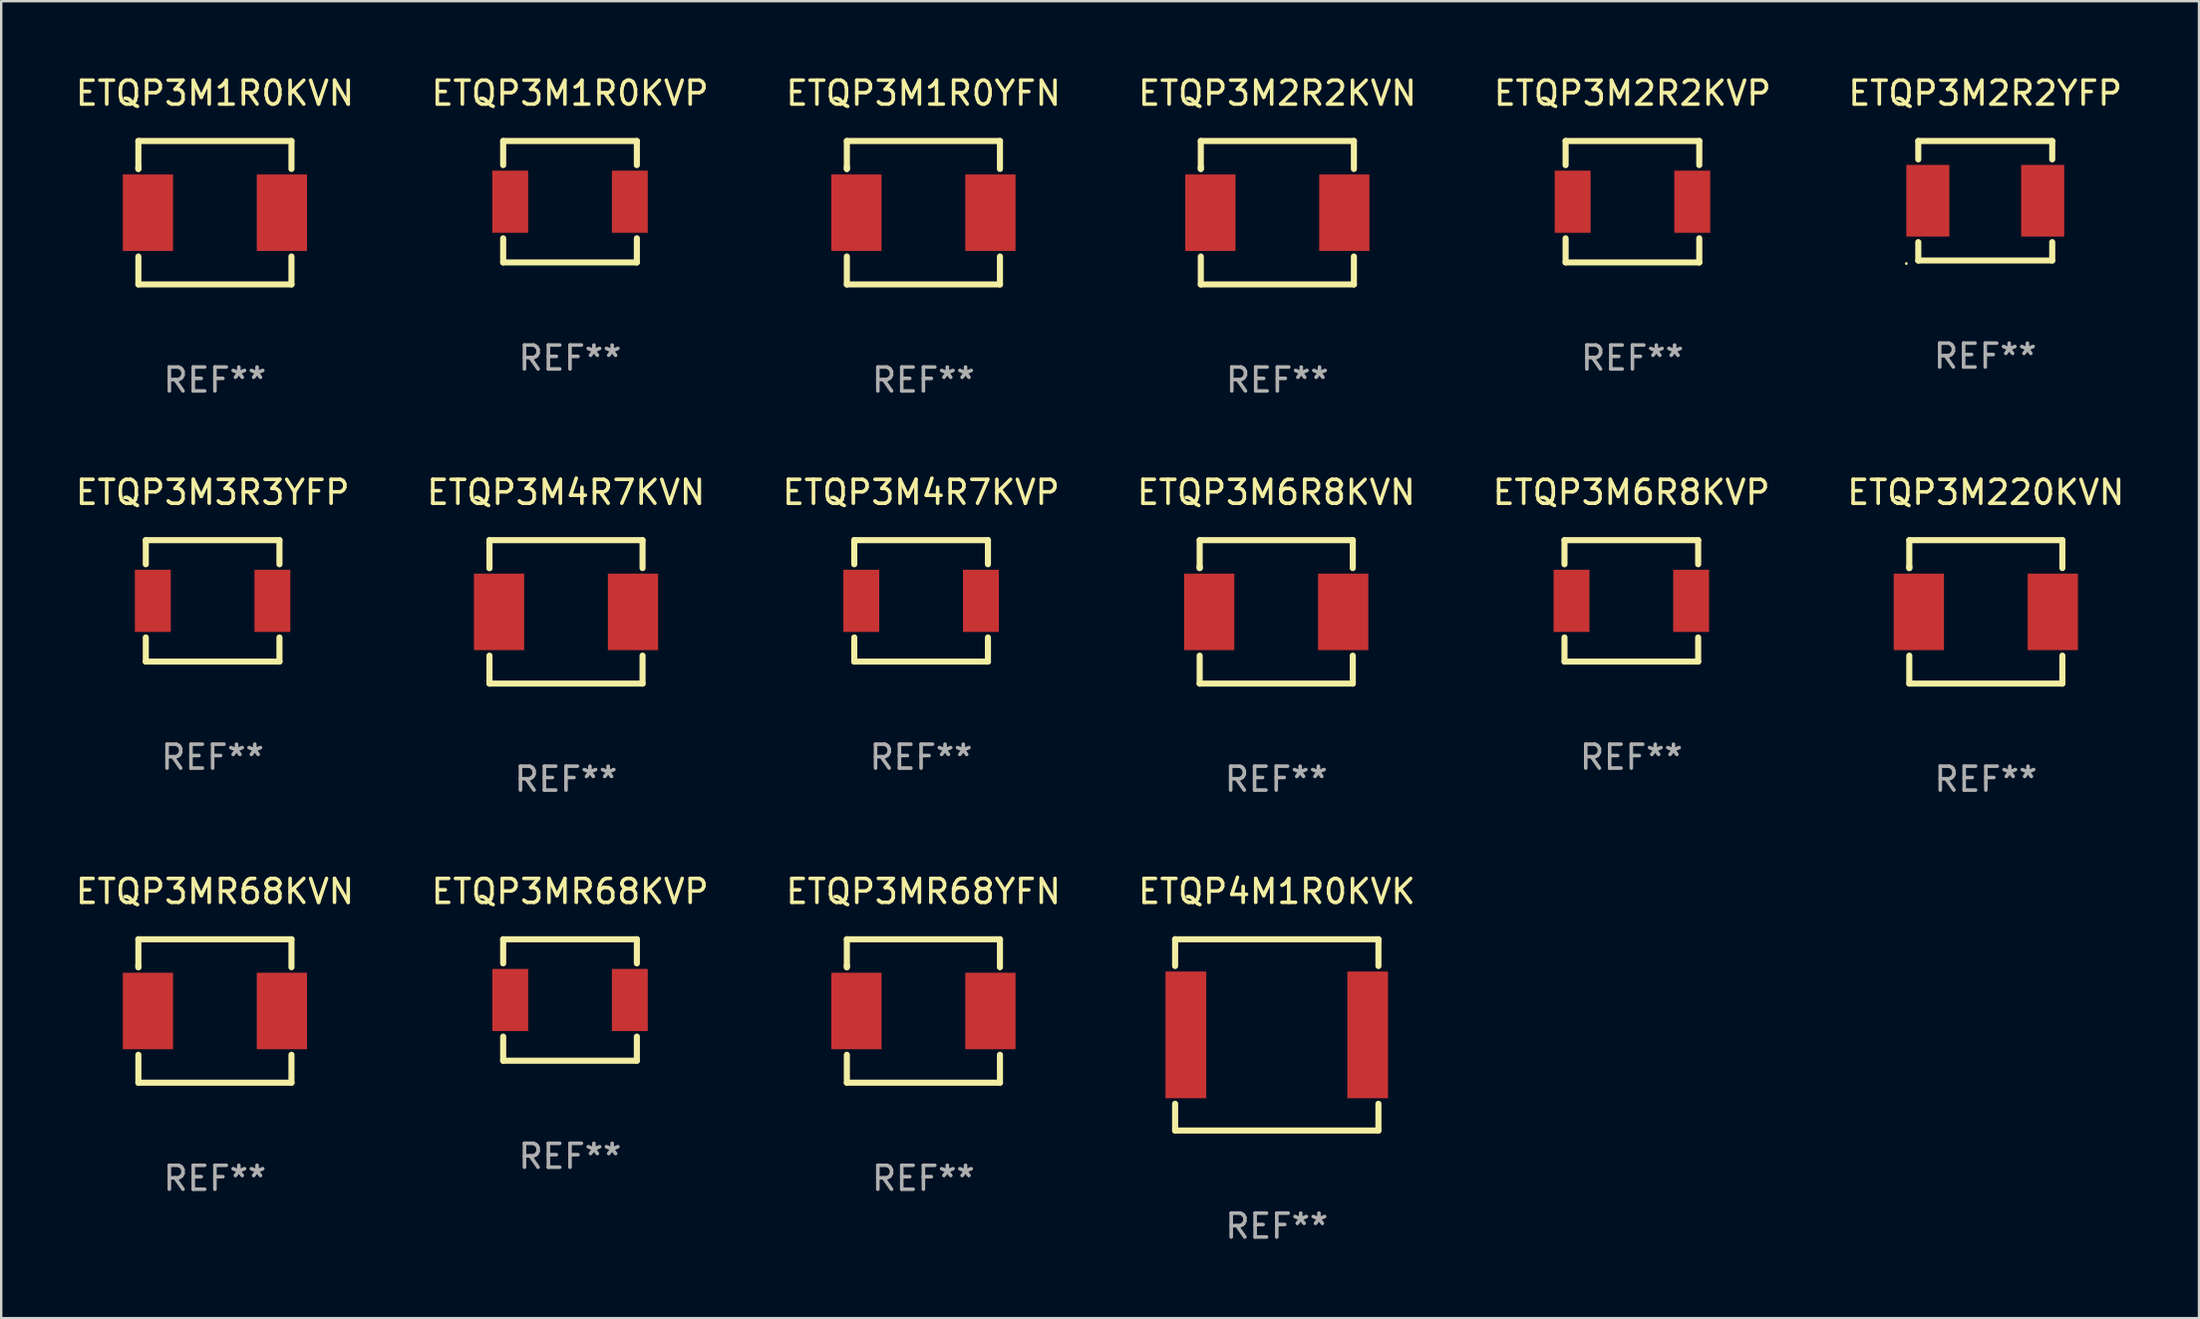
<source format=kicad_pcb>
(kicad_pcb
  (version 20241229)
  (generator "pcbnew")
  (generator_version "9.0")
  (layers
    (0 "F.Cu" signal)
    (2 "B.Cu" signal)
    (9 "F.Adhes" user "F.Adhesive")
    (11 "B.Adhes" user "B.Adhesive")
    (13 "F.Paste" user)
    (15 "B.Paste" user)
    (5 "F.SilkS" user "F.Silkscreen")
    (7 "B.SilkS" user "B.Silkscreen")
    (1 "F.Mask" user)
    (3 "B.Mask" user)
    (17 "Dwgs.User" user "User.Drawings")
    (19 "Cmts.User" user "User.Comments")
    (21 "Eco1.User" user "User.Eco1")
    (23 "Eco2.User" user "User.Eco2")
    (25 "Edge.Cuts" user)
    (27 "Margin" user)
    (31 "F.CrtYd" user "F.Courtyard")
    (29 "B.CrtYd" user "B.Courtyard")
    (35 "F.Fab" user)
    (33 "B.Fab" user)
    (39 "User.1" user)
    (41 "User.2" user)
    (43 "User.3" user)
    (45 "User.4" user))
  (footprint "ETQP3M220KVN"
    (layer "F.Cu")
    (at 79.97 22.545)
    (property "Reference" "ETQP3M220KVN" (at 0 -5 0) (layer "F.SilkS") (effects (font (size 1 1) (thickness 0.15))))
    (attr through_hole)
    (fp_line (start -3.2 -3) (end 3.2 -3) (stroke (width 0.254) (type solid)) (layer "F.SilkS"))
    (fp_line (start -3.2 -1.831) (end -3.2 -3) (stroke (width 0.254) (type solid)) (layer "F.SilkS"))
    (fp_line (start -3.2 -1.831) (end -3.2 -1.9) (stroke (width 0.254) (type solid)) (layer "F.SilkS"))
    (fp_line (start -3.2 3) (end -3.2 1.831) (stroke (width 0.254) (type solid)) (layer "F.SilkS"))
    (fp_line (start 3.2 -3) (end 3.2 -1.831) (stroke (width 0.254) (type solid)) (layer "F.SilkS"))
    (fp_line (start 3.2 1.831) (end 3.2 3) (stroke (width 0.254) (type solid)) (layer "F.SilkS"))
    (fp_line (start 3.2 3) (end -3.2 3) (stroke (width 0.254) (type solid)) (layer "F.SilkS"))
    (fp_circle (center -3.2 3) (end -3.17 3) (stroke (width 0.06) (type solid)) (fill no) (layer "F.SilkS"))
    (fp_text user "REF**" (at 0 7 0) (layer "F.Fab") (effects (font (size 1 1) (thickness 0.15))))
    (pad "1" smd rect (at -2.8 0) (size 2.1 3.2) (layers "F.Cu" "F.Mask" "F.Paste"))
    (pad "2" smd rect (at 2.8 0) (size 2.1 3.2) (layers "F.Cu" "F.Mask" "F.Paste")))
  (footprint "ETQP3M2R2KVN"
    (layer "F.Cu")
    (at 50.351 5.848)
    (property "Reference" "ETQP3M2R2KVN" (at 0 -5 0) (layer "F.SilkS") (effects (font (size 1 1) (thickness 0.15))))
    (attr through_hole)
    (fp_line (start -3.2 -3) (end 3.2 -3) (stroke (width 0.254) (type solid)) (layer "F.SilkS"))
    (fp_line (start -3.2 -1.831) (end -3.2 -3) (stroke (width 0.254) (type solid)) (layer "F.SilkS"))
    (fp_line (start -3.2 -1.831) (end -3.2 -1.9) (stroke (width 0.254) (type solid)) (layer "F.SilkS"))
    (fp_line (start -3.2 3) (end -3.2 1.831) (stroke (width 0.254) (type solid)) (layer "F.SilkS"))
    (fp_line (start 3.2 -3) (end 3.2 -1.831) (stroke (width 0.254) (type solid)) (layer "F.SilkS"))
    (fp_line (start 3.2 1.831) (end 3.2 3) (stroke (width 0.254) (type solid)) (layer "F.SilkS"))
    (fp_line (start 3.2 3) (end -3.2 3) (stroke (width 0.254) (type solid)) (layer "F.SilkS"))
    (fp_circle (center -3.2 3) (end -3.17 3) (stroke (width 0.06) (type solid)) (fill no) (layer "F.SilkS"))
    (fp_text user "REF**" (at 0 7 0) (layer "F.Fab") (effects (font (size 1 1) (thickness 0.15))))
    (pad "1" smd rect (at -2.8 0) (size 2.1 3.2) (layers "F.Cu" "F.Mask" "F.Paste"))
    (pad "2" smd rect (at 2.8 0) (size 2.1 3.2) (layers "F.Cu" "F.Mask" "F.Paste")))
  (footprint "ETQP3M2R2YFP"
    (layer "F.Cu")
    (at 79.946 5.348)
    (property "Reference" "ETQP3M2R2YFP" (at 0 -4.5 0) (layer "F.SilkS") (effects (font (size 1 1) (thickness 0.15))))
    (attr through_hole)
    (fp_line (start -2.8 -2.5) (end -2.8 -1.731) (stroke (width 0.254) (type solid)) (layer "F.SilkS"))
    (fp_line (start -2.8 -2.5) (end 2.8 -2.5) (stroke (width 0.254) (type solid)) (layer "F.SilkS"))
    (fp_line (start -2.8 1.731) (end -2.8 2.5) (stroke (width 0.254) (type solid)) (layer "F.SilkS"))
    (fp_line (start -2.8 2.5) (end 2.8 2.5) (stroke (width 0.254) (type solid)) (layer "F.SilkS"))
    (fp_line (start 2.8 -2.5) (end 2.8 -1.731) (stroke (width 0.254) (type solid)) (layer "F.SilkS"))
    (fp_line (start 2.8 1.731) (end 2.8 2.5) (stroke (width 0.254) (type solid)) (layer "F.SilkS"))
    (fp_circle (center -3.3 2.627) (end -3.27 2.627) (stroke (width 0.06) (type solid)) (fill no) (layer "F.SilkS"))
    (fp_text user "REF**" (at 0 6.5 0) (layer "F.Fab") (effects (font (size 1 1) (thickness 0.15))))
    (pad "1" smd rect (at -2.4 0 90) (size 3 1.8) (layers "F.Cu" "F.Mask" "F.Paste"))
    (pad "2" smd rect (at 2.4 0 90) (size 3 1.8) (layers "F.Cu" "F.Mask" "F.Paste")))
  (footprint "ETQP3M1R0KVN"
    (layer "F.Cu")
    (at 5.935 5.848)
    (property "Reference" "ETQP3M1R0KVN" (at 0 -5 0) (layer "F.SilkS") (effects (font (size 1 1) (thickness 0.15))))
    (attr through_hole)
    (fp_line (start -3.2 -3) (end 3.2 -3) (stroke (width 0.254) (type solid)) (layer "F.SilkS"))
    (fp_line (start -3.2 -1.831) (end -3.2 -3) (stroke (width 0.254) (type solid)) (layer "F.SilkS"))
    (fp_line (start -3.2 -1.831) (end -3.2 -1.9) (stroke (width 0.254) (type solid)) (layer "F.SilkS"))
    (fp_line (start -3.2 3) (end -3.2 1.831) (stroke (width 0.254) (type solid)) (layer "F.SilkS"))
    (fp_line (start 3.2 -3) (end 3.2 -1.831) (stroke (width 0.254) (type solid)) (layer "F.SilkS"))
    (fp_line (start 3.2 1.831) (end 3.2 3) (stroke (width 0.254) (type solid)) (layer "F.SilkS"))
    (fp_line (start 3.2 3) (end -3.2 3) (stroke (width 0.254) (type solid)) (layer "F.SilkS"))
    (fp_circle (center -3.2 3) (end -3.17 3) (stroke (width 0.06) (type solid)) (fill no) (layer "F.SilkS"))
    (fp_text user "REF**" (at 0 7 0) (layer "F.Fab") (effects (font (size 1 1) (thickness 0.15))))
    (pad "1" smd rect (at -2.8 0) (size 2.1 3.2) (layers "F.Cu" "F.Mask" "F.Paste"))
    (pad "2" smd rect (at 2.8 0) (size 2.1 3.2) (layers "F.Cu" "F.Mask" "F.Paste")))
  (footprint "ETQP3MR68KVP"
    (layer "F.Cu")
    (at 20.78 38.781)
    (property "Reference" "ETQP3MR68KVP" (at 0 -4.54 0) (layer "F.SilkS") (effects (font (size 1 1) (thickness 0.15))))
    (attr through_hole)
    (fp_line (start -2.794 -2.54) (end 2.794 -2.54) (stroke (width 0.254) (type solid)) (layer "F.SilkS"))
    (fp_line (start -2.794 -1.531) (end -2.794 -2.54) (stroke (width 0.254) (type solid)) (layer "F.SilkS"))
    (fp_line (start -2.794 2.54) (end -2.794 1.531) (stroke (width 0.254) (type solid)) (layer "F.SilkS"))
    (fp_line (start 2.794 -2.54) (end 2.794 -1.531) (stroke (width 0.254) (type solid)) (layer "F.SilkS"))
    (fp_line (start 2.794 1.531) (end 2.794 2.54) (stroke (width 0.254) (type solid)) (layer "F.SilkS"))
    (fp_line (start 2.794 2.54) (end -2.794 2.54) (stroke (width 0.254) (type solid)) (layer "F.SilkS"))
    (fp_circle (center -2.751 2.5) (end -2.721 2.5) (stroke (width 0.06) (type solid)) (fill no) (layer "F.SilkS"))
    (fp_text user "REF**" (at 0 6.54 0) (layer "F.Fab") (effects (font (size 1 1) (thickness 0.15))))
    (pad "1" smd rect (at -2.5 0 90) (size 2.6 1.5) (layers "F.Cu" "F.Mask" "F.Paste"))
    (pad "2" smd rect (at 2.5 0 90) (size 2.6 1.5) (layers "F.Cu" "F.Mask" "F.Paste")))
  (footprint "ETQP3M2R2KVP"
    (layer "F.Cu")
    (at 65.196 5.388)
    (property "Reference" "ETQP3M2R2KVP" (at 0 -4.54 0) (layer "F.SilkS") (effects (font (size 1 1) (thickness 0.15))))
    (attr through_hole)
    (fp_line (start -2.794 -2.54) (end 2.794 -2.54) (stroke (width 0.254) (type solid)) (layer "F.SilkS"))
    (fp_line (start -2.794 -1.531) (end -2.794 -2.54) (stroke (width 0.254) (type solid)) (layer "F.SilkS"))
    (fp_line (start -2.794 2.54) (end -2.794 1.531) (stroke (width 0.254) (type solid)) (layer "F.SilkS"))
    (fp_line (start 2.794 -2.54) (end 2.794 -1.531) (stroke (width 0.254) (type solid)) (layer "F.SilkS"))
    (fp_line (start 2.794 1.531) (end 2.794 2.54) (stroke (width 0.254) (type solid)) (layer "F.SilkS"))
    (fp_line (start 2.794 2.54) (end -2.794 2.54) (stroke (width 0.254) (type solid)) (layer "F.SilkS"))
    (fp_circle (center -2.751 2.5) (end -2.721 2.5) (stroke (width 0.06) (type solid)) (fill no) (layer "F.SilkS"))
    (fp_text user "REF**" (at 0 6.54 0) (layer "F.Fab") (effects (font (size 1 1) (thickness 0.15))))
    (pad "1" smd rect (at -2.5 0 90) (size 2.6 1.5) (layers "F.Cu" "F.Mask" "F.Paste"))
    (pad "2" smd rect (at 2.5 0 90) (size 2.6 1.5) (layers "F.Cu" "F.Mask" "F.Paste")))
  (footprint "ETQP3M4R7KVN"
    (layer "F.Cu")
    (at 20.613 22.545)
    (property "Reference" "ETQP3M4R7KVN" (at 0 -5 0) (layer "F.SilkS") (effects (font (size 1 1) (thickness 0.15))))
    (attr through_hole)
    (fp_line (start -3.2 -3) (end 3.2 -3) (stroke (width 0.254) (type solid)) (layer "F.SilkS"))
    (fp_line (start -3.2 -1.831) (end -3.2 -3) (stroke (width 0.254) (type solid)) (layer "F.SilkS"))
    (fp_line (start -3.2 -1.831) (end -3.2 -1.9) (stroke (width 0.254) (type solid)) (layer "F.SilkS"))
    (fp_line (start -3.2 3) (end -3.2 1.831) (stroke (width 0.254) (type solid)) (layer "F.SilkS"))
    (fp_line (start 3.2 -3) (end 3.2 -1.831) (stroke (width 0.254) (type solid)) (layer "F.SilkS"))
    (fp_line (start 3.2 1.831) (end 3.2 3) (stroke (width 0.254) (type solid)) (layer "F.SilkS"))
    (fp_line (start 3.2 3) (end -3.2 3) (stroke (width 0.254) (type solid)) (layer "F.SilkS"))
    (fp_circle (center -3.2 3) (end -3.17 3) (stroke (width 0.06) (type solid)) (fill no) (layer "F.SilkS"))
    (fp_text user "REF**" (at 0 7 0) (layer "F.Fab") (effects (font (size 1 1) (thickness 0.15))))
    (pad "1" smd rect (at -2.8 0) (size 2.1 3.2) (layers "F.Cu" "F.Mask" "F.Paste"))
    (pad "2" smd rect (at 2.8 0) (size 2.1 3.2) (layers "F.Cu" "F.Mask" "F.Paste")))
  (footprint "ETQP4M1R0KVK"
    (layer "F.Cu")
    (at 50.327 40.241)
    (property "Reference" "ETQP4M1R0KVK" (at 0 -6 0) (layer "F.SilkS") (effects (font (size 1 1) (thickness 0.15))))
    (attr through_hole)
    (fp_line (start -4.25 -4) (end -4.25 -2.881) (stroke (width 0.254) (type solid)) (layer "F.SilkS"))
    (fp_line (start -4.25 -4) (end 4.25 -4) (stroke (width 0.254) (type solid)) (layer "F.SilkS"))
    (fp_line (start -4.25 2.881) (end -4.25 4) (stroke (width 0.254) (type solid)) (layer "F.SilkS"))
    (fp_line (start 4.25 -2.881) (end 4.25 -4) (stroke (width 0.254) (type solid)) (layer "F.SilkS"))
    (fp_line (start 4.25 4) (end -4.25 4) (stroke (width 0.254) (type solid)) (layer "F.SilkS"))
    (fp_line (start 4.25 4) (end 4.25 2.881) (stroke (width 0.254) (type solid)) (layer "F.SilkS"))
    (fp_circle (center -4.25 4) (end -4.22 4) (stroke (width 0.06) (type solid)) (fill no) (layer "F.SilkS"))
    (fp_text user "REF**" (at 0 8 0) (layer "F.Fab") (effects (font (size 1 1) (thickness 0.15))))
    (pad "1" smd rect (at -3.8 0 180) (size 1.7 5.3) (layers "F.Cu" "F.Mask" "F.Paste"))
    (pad "2" smd rect (at 3.8 0 180) (size 1.7 5.3) (layers "F.Cu" "F.Mask" "F.Paste")))
  (footprint "ETQP3M6R8KVP"
    (layer "F.Cu")
    (at 65.149 22.085)
    (property "Reference" "ETQP3M6R8KVP" (at 0 -4.54 0) (layer "F.SilkS") (effects (font (size 1 1) (thickness 0.15))))
    (attr through_hole)
    (fp_line (start -2.794 -2.54) (end 2.794 -2.54) (stroke (width 0.254) (type solid)) (layer "F.SilkS"))
    (fp_line (start -2.794 -1.531) (end -2.794 -2.54) (stroke (width 0.254) (type solid)) (layer "F.SilkS"))
    (fp_line (start -2.794 2.54) (end -2.794 1.531) (stroke (width 0.254) (type solid)) (layer "F.SilkS"))
    (fp_line (start 2.794 -2.54) (end 2.794 -1.531) (stroke (width 0.254) (type solid)) (layer "F.SilkS"))
    (fp_line (start 2.794 1.531) (end 2.794 2.54) (stroke (width 0.254) (type solid)) (layer "F.SilkS"))
    (fp_line (start 2.794 2.54) (end -2.794 2.54) (stroke (width 0.254) (type solid)) (layer "F.SilkS"))
    (fp_circle (center -2.751 2.5) (end -2.721 2.5) (stroke (width 0.06) (type solid)) (fill no) (layer "F.SilkS"))
    (fp_text user "REF**" (at 0 6.54 0) (layer "F.Fab") (effects (font (size 1 1) (thickness 0.15))))
    (pad "1" smd rect (at -2.5 0 90) (size 2.6 1.5) (layers "F.Cu" "F.Mask" "F.Paste"))
    (pad "2" smd rect (at 2.5 0 90) (size 2.6 1.5) (layers "F.Cu" "F.Mask" "F.Paste")))
  (footprint "ETQP3M1R0YFN"
    (layer "F.Cu")
    (at 35.554 5.848)
    (property "Reference" "ETQP3M1R0YFN" (at 0 -5 0) (layer "F.SilkS") (effects (font (size 1 1) (thickness 0.15))))
    (attr through_hole)
    (fp_line (start -3.2 -3) (end 3.2 -3) (stroke (width 0.254) (type solid)) (layer "F.SilkS"))
    (fp_line (start -3.2 -1.831) (end -3.2 -3) (stroke (width 0.254) (type solid)) (layer "F.SilkS"))
    (fp_line (start -3.2 -1.831) (end -3.2 -1.9) (stroke (width 0.254) (type solid)) (layer "F.SilkS"))
    (fp_line (start -3.2 3) (end -3.2 1.831) (stroke (width 0.254) (type solid)) (layer "F.SilkS"))
    (fp_line (start 3.2 -3) (end 3.2 -1.831) (stroke (width 0.254) (type solid)) (layer "F.SilkS"))
    (fp_line (start 3.2 1.831) (end 3.2 3) (stroke (width 0.254) (type solid)) (layer "F.SilkS"))
    (fp_line (start 3.2 3) (end -3.2 3) (stroke (width 0.254) (type solid)) (layer "F.SilkS"))
    (fp_circle (center -3.2 3) (end -3.17 3) (stroke (width 0.06) (type solid)) (fill no) (layer "F.SilkS"))
    (fp_text user "REF**" (at 0 7 0) (layer "F.Fab") (effects (font (size 1 1) (thickness 0.15))))
    (pad "1" smd rect (at -2.8 0) (size 2.1 3.2) (layers "F.Cu" "F.Mask" "F.Paste"))
    (pad "2" smd rect (at 2.8 0) (size 2.1 3.2) (layers "F.Cu" "F.Mask" "F.Paste")))
  (footprint "ETQP3M4R7KVP"
    (layer "F.Cu")
    (at 35.458 22.085)
    (property "Reference" "ETQP3M4R7KVP" (at 0 -4.54 0) (layer "F.SilkS") (effects (font (size 1 1) (thickness 0.15))))
    (attr through_hole)
    (fp_line (start -2.794 -2.54) (end 2.794 -2.54) (stroke (width 0.254) (type solid)) (layer "F.SilkS"))
    (fp_line (start -2.794 -1.531) (end -2.794 -2.54) (stroke (width 0.254) (type solid)) (layer "F.SilkS"))
    (fp_line (start -2.794 2.54) (end -2.794 1.531) (stroke (width 0.254) (type solid)) (layer "F.SilkS"))
    (fp_line (start 2.794 -2.54) (end 2.794 -1.531) (stroke (width 0.254) (type solid)) (layer "F.SilkS"))
    (fp_line (start 2.794 1.531) (end 2.794 2.54) (stroke (width 0.254) (type solid)) (layer "F.SilkS"))
    (fp_line (start 2.794 2.54) (end -2.794 2.54) (stroke (width 0.254) (type solid)) (layer "F.SilkS"))
    (fp_circle (center -2.751 2.5) (end -2.721 2.5) (stroke (width 0.06) (type solid)) (fill no) (layer "F.SilkS"))
    (fp_text user "REF**" (at 0 6.54 0) (layer "F.Fab") (effects (font (size 1 1) (thickness 0.15))))
    (pad "1" smd rect (at -2.5 0 90) (size 2.6 1.5) (layers "F.Cu" "F.Mask" "F.Paste"))
    (pad "2" smd rect (at 2.5 0 90) (size 2.6 1.5) (layers "F.Cu" "F.Mask" "F.Paste")))
  (footprint "ETQP3M1R0KVP"
    (layer "F.Cu")
    (at 20.78 5.388)
    (property "Reference" "ETQP3M1R0KVP" (at 0 -4.54 0) (layer "F.SilkS") (effects (font (size 1 1) (thickness 0.15))))
    (attr through_hole)
    (fp_line (start -2.794 -2.54) (end 2.794 -2.54) (stroke (width 0.254) (type solid)) (layer "F.SilkS"))
    (fp_line (start -2.794 -1.531) (end -2.794 -2.54) (stroke (width 0.254) (type solid)) (layer "F.SilkS"))
    (fp_line (start -2.794 2.54) (end -2.794 1.531) (stroke (width 0.254) (type solid)) (layer "F.SilkS"))
    (fp_line (start 2.794 -2.54) (end 2.794 -1.531) (stroke (width 0.254) (type solid)) (layer "F.SilkS"))
    (fp_line (start 2.794 1.531) (end 2.794 2.54) (stroke (width 0.254) (type solid)) (layer "F.SilkS"))
    (fp_line (start 2.794 2.54) (end -2.794 2.54) (stroke (width 0.254) (type solid)) (layer "F.SilkS"))
    (fp_circle (center -2.751 2.5) (end -2.721 2.5) (stroke (width 0.06) (type solid)) (fill no) (layer "F.SilkS"))
    (fp_text user "REF**" (at 0 6.54 0) (layer "F.Fab") (effects (font (size 1 1) (thickness 0.15))))
    (pad "1" smd rect (at -2.5 0 90) (size 2.6 1.5) (layers "F.Cu" "F.Mask" "F.Paste"))
    (pad "2" smd rect (at 2.5 0 90) (size 2.6 1.5) (layers "F.Cu" "F.Mask" "F.Paste")))
  (footprint "ETQP3MR68KVN"
    (layer "F.Cu")
    (at 5.935 39.241)
    (property "Reference" "ETQP3MR68KVN" (at 0 -5 0) (layer "F.SilkS") (effects (font (size 1 1) (thickness 0.15))))
    (attr through_hole)
    (fp_line (start -3.2 -3) (end 3.2 -3) (stroke (width 0.254) (type solid)) (layer "F.SilkS"))
    (fp_line (start -3.2 -1.831) (end -3.2 -3) (stroke (width 0.254) (type solid)) (layer "F.SilkS"))
    (fp_line (start -3.2 -1.831) (end -3.2 -1.9) (stroke (width 0.254) (type solid)) (layer "F.SilkS"))
    (fp_line (start -3.2 3) (end -3.2 1.831) (stroke (width 0.254) (type solid)) (layer "F.SilkS"))
    (fp_line (start 3.2 -3) (end 3.2 -1.831) (stroke (width 0.254) (type solid)) (layer "F.SilkS"))
    (fp_line (start 3.2 1.831) (end 3.2 3) (stroke (width 0.254) (type solid)) (layer "F.SilkS"))
    (fp_line (start 3.2 3) (end -3.2 3) (stroke (width 0.254) (type solid)) (layer "F.SilkS"))
    (fp_circle (center -3.2 3) (end -3.17 3) (stroke (width 0.06) (type solid)) (fill no) (layer "F.SilkS"))
    (fp_text user "REF**" (at 0 7 0) (layer "F.Fab") (effects (font (size 1 1) (thickness 0.15))))
    (pad "1" smd rect (at -2.8 0) (size 2.1 3.2) (layers "F.Cu" "F.Mask" "F.Paste"))
    (pad "2" smd rect (at 2.8 0) (size 2.1 3.2) (layers "F.Cu" "F.Mask" "F.Paste")))
  (footprint "ETQP3M6R8KVN"
    (layer "F.Cu")
    (at 50.304 22.545)
    (property "Reference" "ETQP3M6R8KVN" (at 0 -5 0) (layer "F.SilkS") (effects (font (size 1 1) (thickness 0.15))))
    (attr through_hole)
    (fp_line (start -3.2 -3) (end 3.2 -3) (stroke (width 0.254) (type solid)) (layer "F.SilkS"))
    (fp_line (start -3.2 -1.831) (end -3.2 -3) (stroke (width 0.254) (type solid)) (layer "F.SilkS"))
    (fp_line (start -3.2 -1.831) (end -3.2 -1.9) (stroke (width 0.254) (type solid)) (layer "F.SilkS"))
    (fp_line (start -3.2 3) (end -3.2 1.831) (stroke (width 0.254) (type solid)) (layer "F.SilkS"))
    (fp_line (start 3.2 -3) (end 3.2 -1.831) (stroke (width 0.254) (type solid)) (layer "F.SilkS"))
    (fp_line (start 3.2 1.831) (end 3.2 3) (stroke (width 0.254) (type solid)) (layer "F.SilkS"))
    (fp_line (start 3.2 3) (end -3.2 3) (stroke (width 0.254) (type solid)) (layer "F.SilkS"))
    (fp_circle (center -3.2 3) (end -3.17 3) (stroke (width 0.06) (type solid)) (fill no) (layer "F.SilkS"))
    (fp_text user "REF**" (at 0 7 0) (layer "F.Fab") (effects (font (size 1 1) (thickness 0.15))))
    (pad "1" smd rect (at -2.8 0) (size 2.1 3.2) (layers "F.Cu" "F.Mask" "F.Paste"))
    (pad "2" smd rect (at 2.8 0) (size 2.1 3.2) (layers "F.Cu" "F.Mask" "F.Paste")))
  (footprint "ETQP3MR68YFN"
    (layer "F.Cu")
    (at 35.554 39.241)
    (property "Reference" "ETQP3MR68YFN" (at 0 -5 0) (layer "F.SilkS") (effects (font (size 1 1) (thickness 0.15))))
    (attr through_hole)
    (fp_line (start -3.2 -3) (end 3.2 -3) (stroke (width 0.254) (type solid)) (layer "F.SilkS"))
    (fp_line (start -3.2 -1.831) (end -3.2 -3) (stroke (width 0.254) (type solid)) (layer "F.SilkS"))
    (fp_line (start -3.2 -1.831) (end -3.2 -1.9) (stroke (width 0.254) (type solid)) (layer "F.SilkS"))
    (fp_line (start -3.2 3) (end -3.2 1.831) (stroke (width 0.254) (type solid)) (layer "F.SilkS"))
    (fp_line (start 3.2 -3) (end 3.2 -1.831) (stroke (width 0.254) (type solid)) (layer "F.SilkS"))
    (fp_line (start 3.2 1.831) (end 3.2 3) (stroke (width 0.254) (type solid)) (layer "F.SilkS"))
    (fp_line (start 3.2 3) (end -3.2 3) (stroke (width 0.254) (type solid)) (layer "F.SilkS"))
    (fp_circle (center -3.2 3) (end -3.17 3) (stroke (width 0.06) (type solid)) (fill no) (layer "F.SilkS"))
    (fp_text user "REF**" (at 0 7 0) (layer "F.Fab") (effects (font (size 1 1) (thickness 0.15))))
    (pad "1" smd rect (at -2.8 0) (size 2.1 3.2) (layers "F.Cu" "F.Mask" "F.Paste"))
    (pad "2" smd rect (at 2.8 0) (size 2.1 3.2) (layers "F.Cu" "F.Mask" "F.Paste")))
  (footprint "ETQP3M3R3YFP"
    (layer "F.Cu")
    (at 5.839 22.085)
    (property "Reference" "ETQP3M3R3YFP" (at 0 -4.54 0) (layer "F.SilkS") (effects (font (size 1 1) (thickness 0.15))))
    (attr through_hole)
    (fp_line (start -2.794 -2.54) (end 2.794 -2.54) (stroke (width 0.254) (type solid)) (layer "F.SilkS"))
    (fp_line (start -2.794 -1.531) (end -2.794 -2.54) (stroke (width 0.254) (type solid)) (layer "F.SilkS"))
    (fp_line (start -2.794 2.54) (end -2.794 1.531) (stroke (width 0.254) (type solid)) (layer "F.SilkS"))
    (fp_line (start 2.794 -2.54) (end 2.794 -1.531) (stroke (width 0.254) (type solid)) (layer "F.SilkS"))
    (fp_line (start 2.794 1.531) (end 2.794 2.54) (stroke (width 0.254) (type solid)) (layer "F.SilkS"))
    (fp_line (start 2.794 2.54) (end -2.794 2.54) (stroke (width 0.254) (type solid)) (layer "F.SilkS"))
    (fp_circle (center -2.751 2.5) (end -2.721 2.5) (stroke (width 0.06) (type solid)) (fill no) (layer "F.SilkS"))
    (fp_text user "REF**" (at 0 6.54 0) (layer "F.Fab") (effects (font (size 1 1) (thickness 0.15))))
    (pad "1" smd rect (at -2.5 0 90) (size 2.6 1.5) (layers "F.Cu" "F.Mask" "F.Paste"))
    (pad "2" smd rect (at 2.5 0 90) (size 2.6 1.5) (layers "F.Cu" "F.Mask" "F.Paste")))
  (gr_rect
    (start -3 -3)
    (end 88.881 52.09)
    (stroke (width 0.1) (type default))
    (fill no)
    (layer "Edge.Cuts")))
</source>
